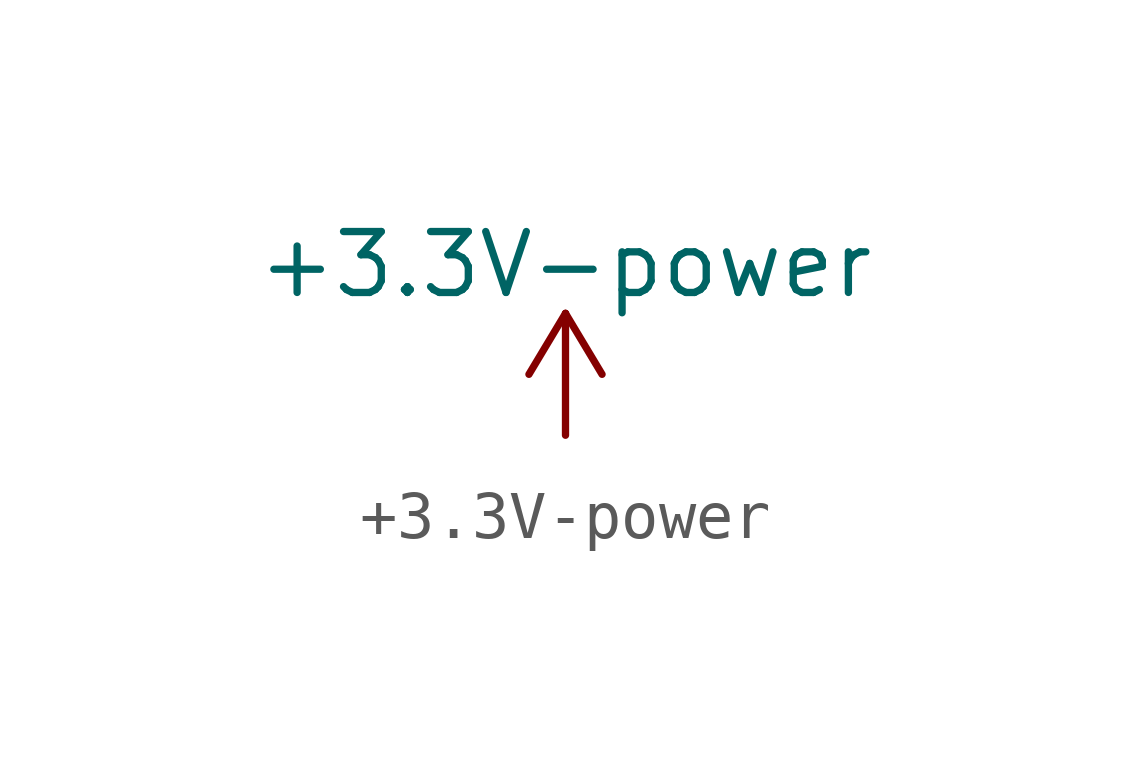
<source format=kicad_sym>
(kicad_symbol_lib
  (version 20241209)
  (generator "kicad_symbol_editor")
  (generator_version "9.0")
  (symbol "+3.3V-power"
    (power)
    (pin_names
      (offset 0))
    (property "Reference" "#PWR"
      (at 0 -3.81 0)
      (effects (font (size 1.27 1.27)) (hide yes)))
    (property "Value" "+3.3V-power"
      (at 0 3.556 0)
      (effects (font (size 1.27 1.27))))
    (symbol "+3.3V-power_0_1"
      (polyline (pts (xy -0.762 1.27) (xy 0 2.54)) (stroke (width 0) (type solid)) (fill (type none)))
      (polyline (pts (xy 0 2.54) (xy 0.762 1.27)) (stroke (width 0) (type solid)) (fill (type none)))
      (polyline (pts (xy 0 0) (xy 0 2.54)) (stroke (width 0) (type solid)) (fill (type none))))
    (symbol "+3.3V-power_1_1"
      (pin power_in line (at 0 0 90) (length 0) (hide yes) (name "+3V3" (effects (font (size 1.27 1.27)))) (number "1" (effects (font (size 1.27 1.27))))))))
</source>
